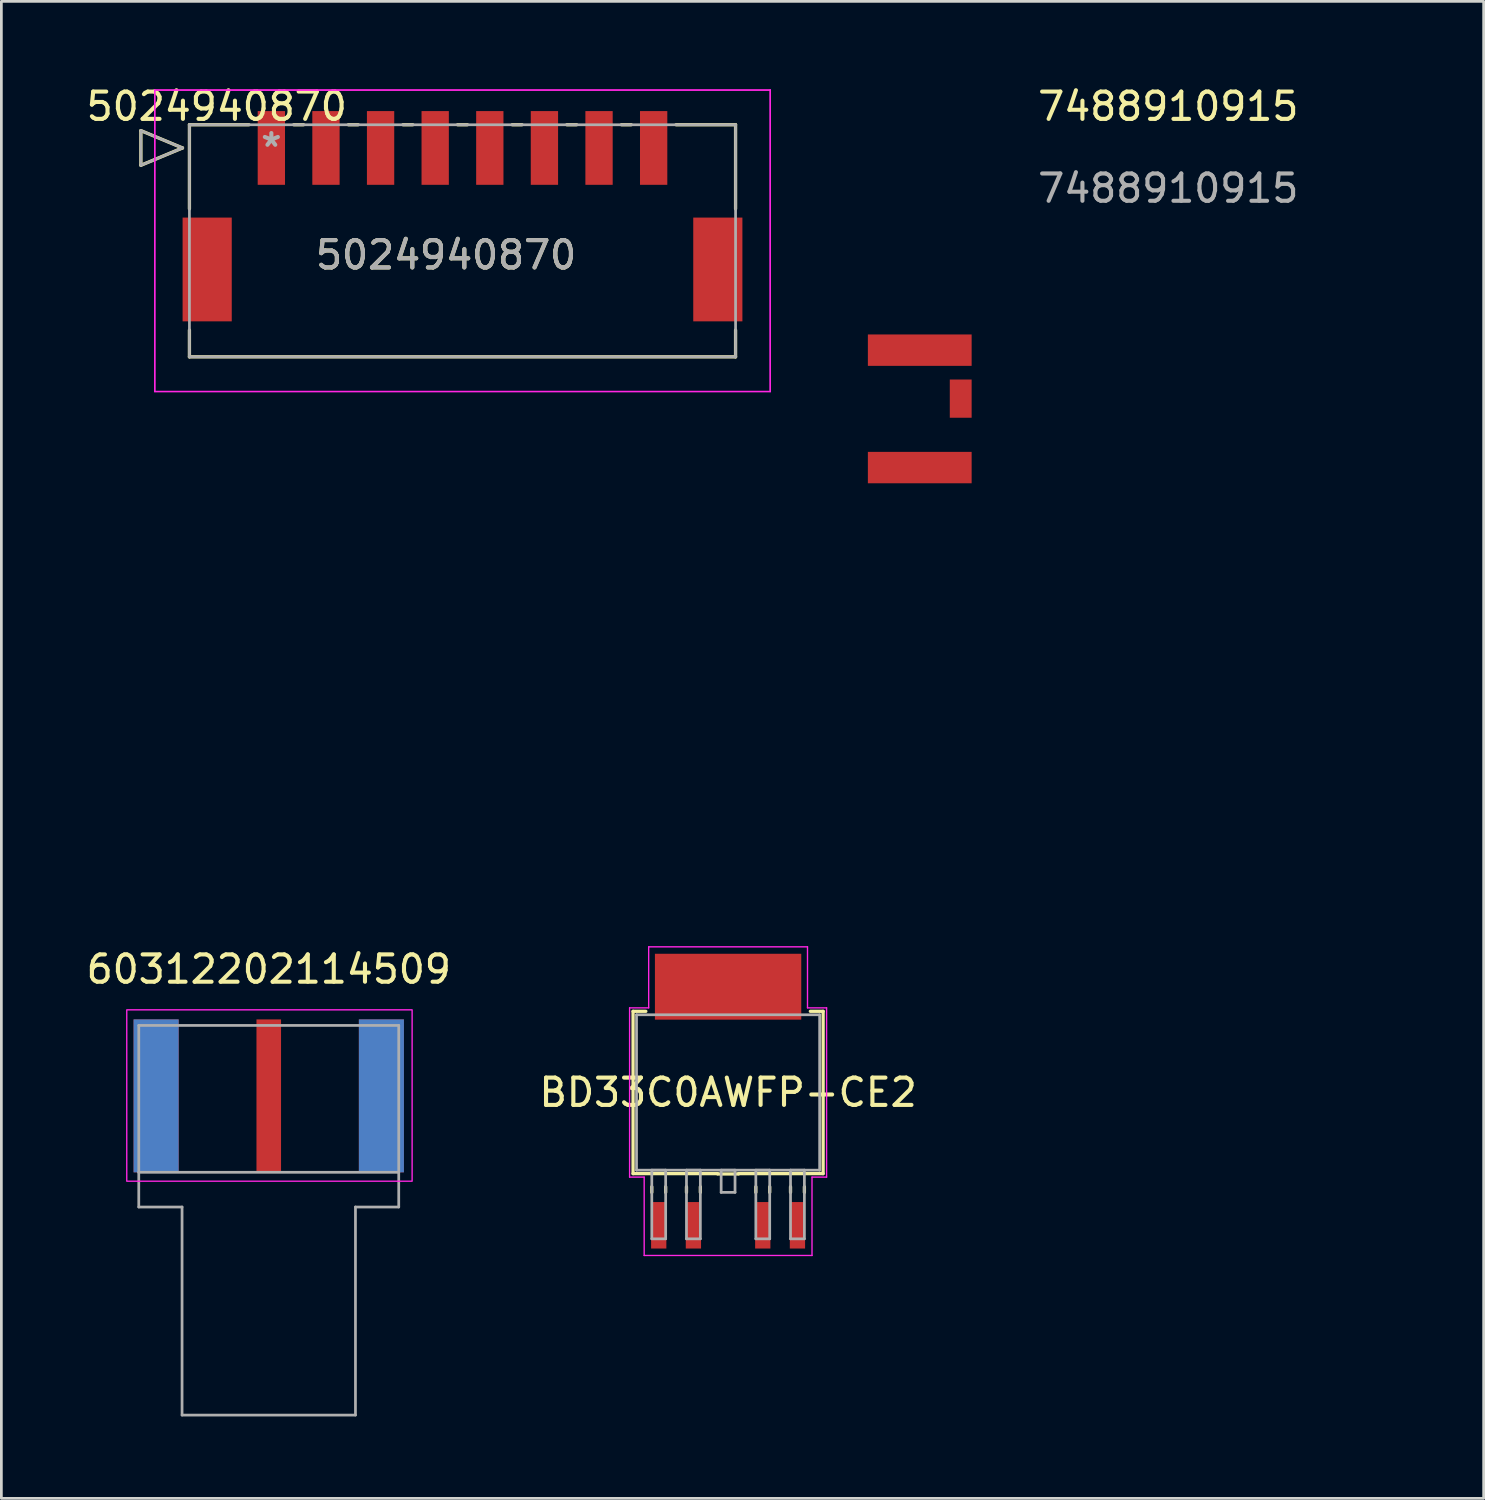
<source format=kicad_pcb>
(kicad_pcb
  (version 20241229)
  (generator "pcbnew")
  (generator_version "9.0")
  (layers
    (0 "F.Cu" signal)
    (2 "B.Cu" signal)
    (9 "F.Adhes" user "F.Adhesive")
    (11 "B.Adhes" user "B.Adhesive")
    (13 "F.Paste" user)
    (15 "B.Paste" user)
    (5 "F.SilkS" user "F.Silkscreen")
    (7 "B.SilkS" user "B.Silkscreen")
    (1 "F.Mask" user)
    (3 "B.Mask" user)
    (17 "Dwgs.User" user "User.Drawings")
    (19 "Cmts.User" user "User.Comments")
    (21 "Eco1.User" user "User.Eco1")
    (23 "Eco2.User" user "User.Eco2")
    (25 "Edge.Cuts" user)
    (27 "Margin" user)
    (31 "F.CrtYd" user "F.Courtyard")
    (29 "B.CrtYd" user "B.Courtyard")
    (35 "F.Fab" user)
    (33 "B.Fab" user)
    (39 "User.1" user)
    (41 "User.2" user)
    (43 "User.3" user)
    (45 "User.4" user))
  (footprint "60312202114509"
    (layer "F.Cu")
    (at 6.792 37.081)
    (property "Reference" "60312202114509" (at 0 -4.635 0) (layer "F.SilkS") (effects (font (size 1 1) (thickness 0.15))))
    (attr through_hole)
    (fp_rect (start -5.2 -3.15) (end 5.25 3.125) (stroke (width 0.05) (type solid)) (fill no) (layer "F.CrtYd"))
    (fp_line (start -4.76 -2.58) (end 4.76 -2.58) (stroke (width 0.1) (type solid)) (layer "F.Fab"))
    (fp_line (start -4.76 2.8) (end -4.76 -2.58) (stroke (width 0.1) (type solid)) (layer "F.Fab"))
    (fp_line (start -4.76 2.8) (end 4.76 2.8) (stroke (width 0.1) (type solid)) (layer "F.Fab"))
    (fp_line (start -4.76 4.07) (end -4.76 2.8) (stroke (width 0.1) (type solid)) (layer "F.Fab"))
    (fp_line (start -4.76 4.07) (end -3.175 4.07) (stroke (width 0.1) (type solid)) (layer "F.Fab"))
    (fp_line (start -3.175 4.07) (end -3.175 11.69) (stroke (width 0.1) (type solid)) (layer "F.Fab"))
    (fp_line (start 3.175 4.07) (end 3.175 11.69) (stroke (width 0.1) (type solid)) (layer "F.Fab"))
    (fp_line (start 3.175 4.07) (end 4.76 4.07) (stroke (width 0.1) (type solid)) (layer "F.Fab"))
    (fp_line (start 3.175 11.69) (end -3.175 11.69) (stroke (width 0.1) (type solid)) (layer "F.Fab"))
    (fp_line (start 4.76 -2.58) (end 4.76 2.8) (stroke (width 0.1) (type solid)) (layer "F.Fab"))
    (fp_line (start 4.76 2.8) (end 4.76 4.07) (stroke (width 0.1) (type solid)) (layer "F.Fab"))
    (pad "1" smd rect (at 0 0 90) (size 5.6 0.9) (layers "F.Cu" "F.Mask" "F.Paste"))
    (pad "2" smd rect (at -4.125 0 90) (size 5.6 1.65) (layers "F.Cu" "F.Mask" "F.Paste"))
    (pad "3" smd rect (at 4.125 0 90) (size 5.6 1.65) (layers "F.Cu" "F.Mask" "F.Paste"))
    (pad "4" smd rect (at -4.125 0 90) (size 5.6 1.65) (layers "B.Cu" "B.Mask" "B.Paste"))
    (pad "5" smd rect (at 4.125 0 90) (size 5.6 1.65) (layers "B.Cu" "B.Mask" "B.Paste")))
  (footprint "7488910915"
    (layer "F.Cu")
    (at 30.632 4.948)
    (property "Reference" "7488910915" (at 9.1 -4.1 0) (unlocked yes) (layer "F.SilkS") (effects (font (size 1 1) (thickness 0.15))))
    (attr smd)
    (fp_poly (pts (xy -1.9 9.7) (xy -1.9 22.2) (xy 7.6 22.2) (xy 7.6 7.4) (xy 17.6 7.4) (xy 17.6 23.6) (xy -2.4 23.6) (xy -2.4 8.6) (xy -1.9 8.6)) (stroke (width 0.1) (type solid)) (fill no) (layer "User.2"))
    (fp_poly (pts (xy 17.6 0.2) (xy 17.6 5.8) (xy 7.6 5.8) (xy 7.6 1.5) (xy -0.9 1.5) (xy -0.9 2.3) (xy 1.9 2.3) (xy 1.9 4.25) (xy -1.9 4.25) (xy -1.9 5.4) (xy -2.4 5.4) (xy -2.4 0.2)) (stroke (width 0.1) (type solid)) (fill no) (layer "User.2"))
    (fp_text user "${REFERENCE}" (at 9.1 -1.1 0) (unlocked yes) (layer "F.Fab") (effects (font (size 1 1) (thickness 0.15))))
    (fp_text user "gnd poor" (at 2.5 0.7 0) (unlocked yes) (layer "User.2") (effects (font (size 0.65 0.65) (thickness 0.15))))
    (fp_text user "gnd poor" (at 4.2 22.7 0) (unlocked yes) (layer "User.2") (effects (font (size 0.65 0.65) (thickness 0.15))))
    (pad "1" smd rect (at 0 4.825) (size 3.8 1.15) (layers "F.Cu" "F.Mask" "F.Paste"))
    (pad "2" smd rect (at 0 9.125) (size 3.8 1.15) (layers "F.Cu" "F.Mask" "F.Paste"))
    (pad "3" smd rect (at 1.5 6.6) (size 0.8 1.4) (layers "F.Cu" "F.Mask" "F.Paste"))
    (zone (net_name "") (layers "F.Cu" "B.Cu") (hatch edge 0.508) (connect_pads) (min_thickness 0.254) (filled_areas_thickness no) (keepout (tracks allowed) (vias allowed) (pads allowed) (copperpour not_allowed) (footprints allowed)) (placement (enabled no)) (fill) (polygon (pts (xy 38.132 10.848) (xy 38.132 10.948) (xy 32.632 10.948) (xy 32.632 10.748) (xy 31.632 10.748) (xy 31.632 11.448) (xy 28.232 11.448) (xy 28.232 10.448) (xy 32.632 10.448) (xy 32.632 7.148) (xy 29.832 7.148) (xy 29.832 6.548) (xy 38.132 6.548))))
    (zone (net_name "") (layers "F.Cu" "B.Cu") (hatch edge 0.508) (connect_pads) (min_thickness 0.254) (filled_areas_thickness no) (keepout (tracks allowed) (vias allowed) (pads allowed) (copperpour not_allowed) (footprints allowed)) (placement (enabled no)) (fill) (polygon (pts (xy 38.132 12.248) (xy 38.132 27.048) (xy 28.832 27.048) (xy 28.832 14.748) (xy 32.632 14.748) (xy 32.632 13.348) (xy 28.232 13.348) (xy 28.232 11.448) (xy 31.632 11.448) (xy 31.632 12.348) (xy 32.632 12.348) (xy 32.632 12.148) (xy 38.132 12.148)))))
  (footprint "BD33C0AWFP-CE2"
    (layer "F.Cu")
    (at 23.613 36.957)
    (property "Reference" "BD33C0AWFP-CE2" (at 0 0 0) (layer "F.SilkS") (effects (font (size 1 1) (thickness 0.15))))
    (attr smd)
    (fp_line (start -3.48 -2.972) (end -3.48 2.972) (stroke (width 0.12) (type solid)) (layer "F.SilkS"))
    (fp_line (start -3.48 2.972) (end -0.381 2.972) (stroke (width 0.12) (type solid)) (layer "F.SilkS"))
    (fp_line (start -3.012 -2.972) (end -3.48 -2.972) (stroke (width 0.12) (type solid)) (layer "F.SilkS"))
    (fp_line (start -2.794 3.454) (end -2.794 3.658) (stroke (width 0.12) (type solid)) (layer "F.SilkS"))
    (fp_line (start -2.286 3.454) (end -2.286 3.658) (stroke (width 0.12) (type solid)) (layer "F.SilkS"))
    (fp_line (start -1.524 3.454) (end -1.524 3.658) (stroke (width 0.12) (type solid)) (layer "F.SilkS"))
    (fp_line (start -1.016 3.454) (end -1.016 3.658) (stroke (width 0.12) (type solid)) (layer "F.SilkS"))
    (fp_line (start -0.381 2.985) (end 0.381 2.985) (stroke (width 0.12) (type solid)) (layer "F.SilkS"))
    (fp_line (start 0.381 2.972) (end 3.48 2.972) (stroke (width 0.12) (type solid)) (layer "F.SilkS"))
    (fp_line (start 1.016 3.454) (end 1.016 3.658) (stroke (width 0.12) (type solid)) (layer "F.SilkS"))
    (fp_line (start 1.524 3.454) (end 1.524 3.658) (stroke (width 0.12) (type solid)) (layer "F.SilkS"))
    (fp_line (start 2.286 3.454) (end 2.286 3.658) (stroke (width 0.12) (type solid)) (layer "F.SilkS"))
    (fp_line (start 2.794 3.454) (end 2.794 3.658) (stroke (width 0.12) (type solid)) (layer "F.SilkS"))
    (fp_line (start 3.48 -2.972) (end 3.012 -2.972) (stroke (width 0.12) (type solid)) (layer "F.SilkS"))
    (fp_line (start 3.48 2.972) (end 3.48 -2.972) (stroke (width 0.12) (type solid)) (layer "F.SilkS"))
    (fp_poly (pts (xy 2.7 2.05) (xy -2.5 2.05) (xy -2.5 -1.5) (xy 2.7 -1.5)) (stroke (width 0.12) (type solid)) (fill yes) (layer "F.Paste"))
    (fp_line (start -3.607 -3.099) (end -2.908 -3.099) (stroke (width 0.05) (type solid)) (layer "F.CrtYd"))
    (fp_line (start -3.607 3.099) (end -3.607 -3.099) (stroke (width 0.05) (type solid)) (layer "F.CrtYd"))
    (fp_line (start -3.073 3.099) (end -3.607 3.099) (stroke (width 0.05) (type solid)) (layer "F.CrtYd"))
    (fp_line (start -3.073 5.969) (end -3.073 3.099) (stroke (width 0.05) (type solid)) (layer "F.CrtYd"))
    (fp_line (start -2.908 -5.334) (end 2.908 -5.334) (stroke (width 0.05) (type solid)) (layer "F.CrtYd"))
    (fp_line (start -2.908 -3.099) (end -2.908 -5.334) (stroke (width 0.05) (type solid)) (layer "F.CrtYd"))
    (fp_line (start 2.908 -5.334) (end 2.908 -3.099) (stroke (width 0.05) (type solid)) (layer "F.CrtYd"))
    (fp_line (start 2.908 -3.099) (end 3.607 -3.099) (stroke (width 0.05) (type solid)) (layer "F.CrtYd"))
    (fp_line (start 3.073 3.099) (end 3.073 5.969) (stroke (width 0.05) (type solid)) (layer "F.CrtYd"))
    (fp_line (start 3.073 5.969) (end -3.073 5.969) (stroke (width 0.05) (type solid)) (layer "F.CrtYd"))
    (fp_line (start 3.607 -3.099) (end 3.607 3.099) (stroke (width 0.05) (type solid)) (layer "F.CrtYd"))
    (fp_line (start 3.607 3.099) (end 3.073 3.099) (stroke (width 0.05) (type solid)) (layer "F.CrtYd"))
    (fp_line (start -3.353 -2.845) (end -3.353 2.845) (stroke (width 0.1) (type solid)) (layer "F.Fab"))
    (fp_line (start -3.353 2.845) (end 3.353 2.845) (stroke (width 0.1) (type solid)) (layer "F.Fab"))
    (fp_line (start -2.794 2.845) (end -2.794 5.359) (stroke (width 0.1) (type solid)) (layer "F.Fab"))
    (fp_line (start -2.794 5.359) (end -2.286 5.359) (stroke (width 0.1) (type solid)) (layer "F.Fab"))
    (fp_line (start -2.286 2.845) (end -2.794 2.845) (stroke (width 0.1) (type solid)) (layer "F.Fab"))
    (fp_line (start -2.286 5.359) (end -2.286 2.845) (stroke (width 0.1) (type solid)) (layer "F.Fab"))
    (fp_line (start -1.524 2.845) (end -1.524 5.359) (stroke (width 0.1) (type solid)) (layer "F.Fab"))
    (fp_line (start -1.524 5.359) (end -1.016 5.359) (stroke (width 0.1) (type solid)) (layer "F.Fab"))
    (fp_line (start -1.016 2.845) (end -1.524 2.845) (stroke (width 0.1) (type solid)) (layer "F.Fab"))
    (fp_line (start -1.016 5.359) (end -1.016 2.845) (stroke (width 0.1) (type solid)) (layer "F.Fab"))
    (fp_line (start -0.254 2.845) (end -0.254 3.658) (stroke (width 0.1) (type solid)) (layer "F.Fab"))
    (fp_line (start -0.254 3.658) (end 0.254 3.658) (stroke (width 0.1) (type solid)) (layer "F.Fab"))
    (fp_line (start 0.254 2.845) (end -0.254 2.845) (stroke (width 0.1) (type solid)) (layer "F.Fab"))
    (fp_line (start 0.254 3.658) (end 0.254 2.845) (stroke (width 0.1) (type solid)) (layer "F.Fab"))
    (fp_line (start 1.016 2.845) (end 1.016 5.359) (stroke (width 0.1) (type solid)) (layer "F.Fab"))
    (fp_line (start 1.016 5.359) (end 1.524 5.359) (stroke (width 0.1) (type solid)) (layer "F.Fab"))
    (fp_line (start 1.524 2.845) (end 1.016 2.845) (stroke (width 0.1) (type solid)) (layer "F.Fab"))
    (fp_line (start 1.524 5.359) (end 1.524 2.845) (stroke (width 0.1) (type solid)) (layer "F.Fab"))
    (fp_line (start 2.286 2.845) (end 2.286 5.359) (stroke (width 0.1) (type solid)) (layer "F.Fab"))
    (fp_line (start 2.286 5.359) (end 2.794 5.359) (stroke (width 0.1) (type solid)) (layer "F.Fab"))
    (fp_line (start 2.794 2.845) (end 2.286 2.845) (stroke (width 0.1) (type solid)) (layer "F.Fab"))
    (fp_line (start 2.794 5.359) (end 2.794 2.845) (stroke (width 0.1) (type solid)) (layer "F.Fab"))
    (fp_line (start 3.353 -2.845) (end -3.353 -2.845) (stroke (width 0.1) (type solid)) (layer "F.Fab"))
    (fp_line (start 3.353 2.845) (end 3.353 -2.845) (stroke (width 0.1) (type solid)) (layer "F.Fab"))
    (pad "1" smd rect (at -2.54 4.864) (size 0.559 1.702) (layers "F.Cu" "F.Mask" "F.Paste"))
    (pad "2" smd rect (at -1.27 4.864) (size 0.559 1.702) (layers "F.Cu" "F.Mask" "F.Paste"))
    (pad "3" smd rect (at 1.27 4.864) (size 0.559 1.702) (layers "F.Cu" "F.Mask" "F.Paste"))
    (pad "4" smd rect (at 2.54 4.864) (size 0.559 1.702) (layers "F.Cu" "F.Mask" "F.Paste"))
    (pad "5" smd rect (at 0 -3.873) (size 5.359 2.413) (layers "F.Cu" "F.Mask" "F.Paste")))
  (footprint "5024940870"
    (layer "F.Cu")
    (at 6.887 2.368)
    (property "Reference" "5024940870" (at -2 -1.52 0) (layer "F.SilkS") (effects (font (size 1 1) (thickness 0.15))))
    (attr through_hole)
    (fp_line (start -4.778 -0.635) (end -4.778 0.635) (stroke (width 0.12) (type solid)) (layer "F.SilkS"))
    (fp_line (start -4.778 0.635) (end -3.254 0) (stroke (width 0.12) (type solid)) (layer "F.SilkS"))
    (fp_line (start -3.254 0) (end -4.778 -0.635) (stroke (width 0.12) (type solid)) (layer "F.SilkS"))
    (fp_line (start -3 -0.85) (end -3 2.23) (stroke (width 0.12) (type solid)) (layer "F.SilkS"))
    (fp_line (start -3 6.67) (end -3 7.65) (stroke (width 0.12) (type solid)) (layer "F.SilkS"))
    (fp_line (start -3 7.65) (end 17 7.65) (stroke (width 0.12) (type solid)) (layer "F.SilkS"))
    (fp_line (start -0.82 -0.85) (end -3 -0.85) (stroke (width 0.12) (type solid)) (layer "F.SilkS"))
    (fp_line (start 1.18 -0.85) (end 0.82 -0.85) (stroke (width 0.12) (type solid)) (layer "F.SilkS"))
    (fp_line (start 3.18 -0.85) (end 2.82 -0.85) (stroke (width 0.12) (type solid)) (layer "F.SilkS"))
    (fp_line (start 5.18 -0.85) (end 4.82 -0.85) (stroke (width 0.12) (type solid)) (layer "F.SilkS"))
    (fp_line (start 7.18 -0.85) (end 6.82 -0.85) (stroke (width 0.12) (type solid)) (layer "F.SilkS"))
    (fp_line (start 9.18 -0.85) (end 8.82 -0.85) (stroke (width 0.12) (type solid)) (layer "F.SilkS"))
    (fp_line (start 11.18 -0.85) (end 10.82 -0.85) (stroke (width 0.12) (type solid)) (layer "F.SilkS"))
    (fp_line (start 13.18 -0.85) (end 12.82 -0.85) (stroke (width 0.12) (type solid)) (layer "F.SilkS"))
    (fp_line (start 17 -0.85) (end 14.82 -0.85) (stroke (width 0.12) (type solid)) (layer "F.SilkS"))
    (fp_line (start 17 2.23) (end 17 -0.85) (stroke (width 0.12) (type solid)) (layer "F.SilkS"))
    (fp_line (start 17 7.65) (end 17 6.67) (stroke (width 0.12) (type solid)) (layer "F.SilkS"))
    (fp_line (start -4.27 -2.12) (end -4.27 8.92) (stroke (width 0.05) (type solid)) (layer "F.CrtYd"))
    (fp_line (start -4.27 -2.12) (end -4.27 8.92) (stroke (width 0.05) (type solid)) (layer "F.CrtYd"))
    (fp_line (start -4.27 8.92) (end 18.27 8.92) (stroke (width 0.05) (type solid)) (layer "F.CrtYd"))
    (fp_line (start -4.27 8.92) (end 18.27 8.92) (stroke (width 0.05) (type solid)) (layer "F.CrtYd"))
    (fp_line (start 18.27 -2.12) (end -4.27 -2.12) (stroke (width 0.05) (type solid)) (layer "F.CrtYd"))
    (fp_line (start 18.27 -2.12) (end -4.27 -2.12) (stroke (width 0.05) (type solid)) (layer "F.CrtYd"))
    (fp_line (start 18.27 8.92) (end 18.27 -2.12) (stroke (width 0.05) (type solid)) (layer "F.CrtYd"))
    (fp_line (start 18.27 8.92) (end 18.27 -2.12) (stroke (width 0.05) (type solid)) (layer "F.CrtYd"))
    (fp_line (start -4.778 -0.635) (end -4.778 0.635) (stroke (width 0.1) (type solid)) (layer "F.Fab"))
    (fp_line (start -4.778 0.635) (end -3.254 0) (stroke (width 0.1) (type solid)) (layer "F.Fab"))
    (fp_line (start -3.254 0) (end -4.778 -0.635) (stroke (width 0.1) (type solid)) (layer "F.Fab"))
    (fp_line (start -3 -0.85) (end -3 7.65) (stroke (width 0.1) (type solid)) (layer "F.Fab"))
    (fp_line (start -3 7.65) (end 17 7.65) (stroke (width 0.1) (type solid)) (layer "F.Fab"))
    (fp_line (start 17 -0.85) (end -3 -0.85) (stroke (width 0.1) (type solid)) (layer "F.Fab"))
    (fp_line (start 17 7.65) (end 17 -0.85) (stroke (width 0.1) (type solid)) (layer "F.Fab"))
    (fp_text user "5024940870" (at 6.4 3.92 0) (layer "F.SilkS") (effects (font (size 1 1) (thickness 0.15))))
    (fp_text user "*" (at 0 0 0) (layer "F.Fab") (effects (font (size 1 1) (thickness 0.15))))
    (fp_text user "5024940870" (at 6.4 3.92 0) (layer "F.Fab") (effects (font (size 1 1) (thickness 0.15))))
    (pad "1" smd rect (at 0 0) (size 1 2.7) (layers "F.Cu" "F.Mask" "F.Paste"))
    (pad "2" smd rect (at 2 0) (size 1 2.7) (layers "F.Cu" "F.Mask" "F.Paste"))
    (pad "3" smd rect (at 4 0) (size 1 2.7) (layers "F.Cu" "F.Mask" "F.Paste"))
    (pad "4" smd rect (at 6 0) (size 1 2.7) (layers "F.Cu" "F.Mask" "F.Paste"))
    (pad "5" smd rect (at 8 0) (size 1 2.7) (layers "F.Cu" "F.Mask" "F.Paste"))
    (pad "6" smd rect (at 10 0) (size 1 2.7) (layers "F.Cu" "F.Mask" "F.Paste"))
    (pad "7" smd rect (at 12 0) (size 1 2.7) (layers "F.Cu" "F.Mask" "F.Paste"))
    (pad "8" smd rect (at 14 0) (size 1 2.7) (layers "F.Cu" "F.Mask" "F.Paste"))
    (pad "9" smd rect (at -2.35 4.45) (size 1.8 3.8) (layers "F.Cu" "F.Mask" "F.Paste"))
    (pad "10" smd rect (at 16.35 4.45) (size 1.8 3.8) (layers "F.Cu" "F.Mask" "F.Paste")))
  (gr_rect
    (start -3 -3)
    (end 51.282 51.822)
    (stroke (width 0.1) (type default))
    (fill no)
    (layer "Edge.Cuts")))
</source>
